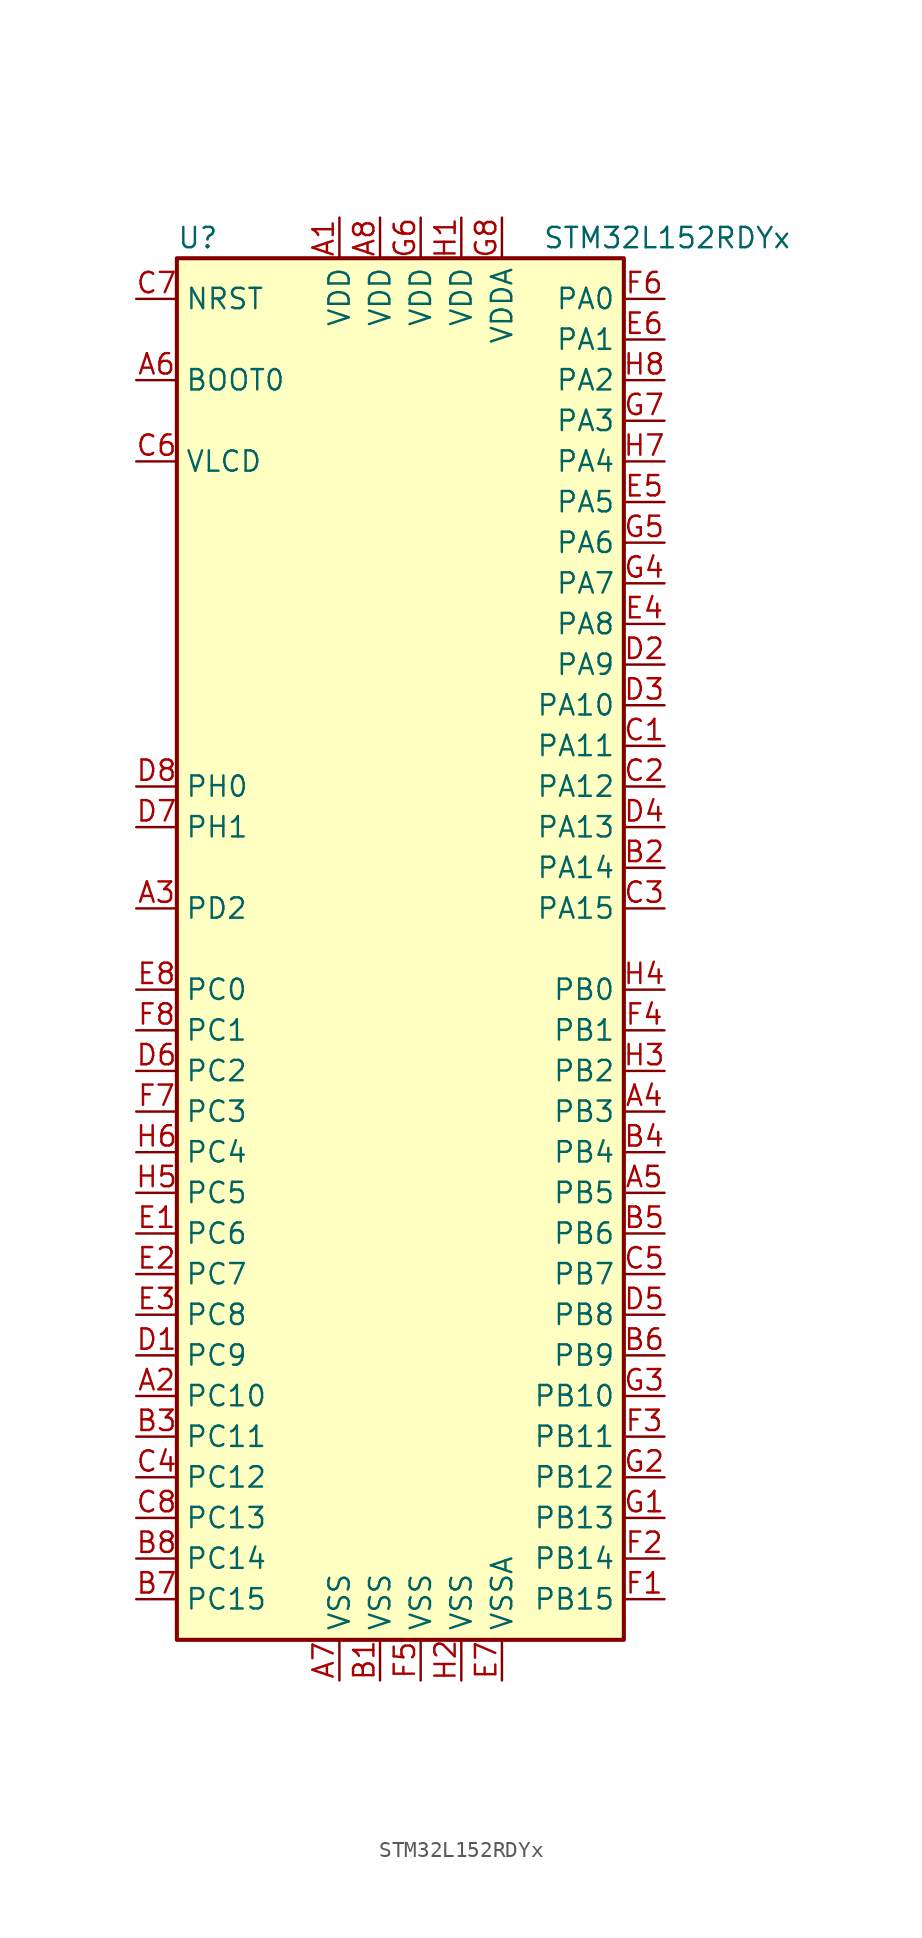
<source format=kicad_sym>
(kicad_symbol_lib
  (version 20201005)
  (generator kicad_symbol_editor)
  (symbol "STM32L152RDYx"
    (property "Reference" "U"
      (at -15.24 44.45 0)
      (effects (font (size 1.27 1.27)) (justify left)))
    (property "Value" "STM32L152RDYx"
      (at 7.62 44.45 0)
      (effects (font (size 1.27 1.27)) (justify left)))
    (symbol "STM32L152RDYx_0_1"
      (rectangle (start -15.24 -43.18) (end 12.7 43.18) (stroke (width 0.254)) (fill (type background))))
    (symbol "STM32L152RDYx_1_1"
      (pin input line (at -17.78 35.56 0) (length 2.54) (name "BOOT0" (effects (font (size 1.27 1.27)))) (number "A6" (effects (font (size 1.27 1.27)))))
      (pin input line (at -17.78 40.64 0) (length 2.54) (name "NRST" (effects (font (size 1.27 1.27)))) (number "C7" (effects (font (size 1.27 1.27)))))
      (pin bidirectional line (at 15.24 40.64 180) (length 2.54) (name "PA0" (effects (font (size 1.27 1.27)))) (number "F6" (effects (font (size 1.27 1.27)))))
      (pin bidirectional line (at 15.24 38.1 180) (length 2.54) (name "PA1" (effects (font (size 1.27 1.27)))) (number "E6" (effects (font (size 1.27 1.27)))))
      (pin bidirectional line (at 15.24 15.24 180) (length 2.54) (name "PA10" (effects (font (size 1.27 1.27)))) (number "D3" (effects (font (size 1.27 1.27)))))
      (pin bidirectional line (at 15.24 12.7 180) (length 2.54) (name "PA11" (effects (font (size 1.27 1.27)))) (number "C1" (effects (font (size 1.27 1.27)))))
      (pin bidirectional line (at 15.24 10.16 180) (length 2.54) (name "PA12" (effects (font (size 1.27 1.27)))) (number "C2" (effects (font (size 1.27 1.27)))))
      (pin bidirectional line (at 15.24 7.62 180) (length 2.54) (name "PA13" (effects (font (size 1.27 1.27)))) (number "D4" (effects (font (size 1.27 1.27)))))
      (pin bidirectional line (at 15.24 5.08 180) (length 2.54) (name "PA14" (effects (font (size 1.27 1.27)))) (number "B2" (effects (font (size 1.27 1.27)))))
      (pin bidirectional line (at 15.24 2.54 180) (length 2.54) (name "PA15" (effects (font (size 1.27 1.27)))) (number "C3" (effects (font (size 1.27 1.27)))))
      (pin bidirectional line (at 15.24 35.56 180) (length 2.54) (name "PA2" (effects (font (size 1.27 1.27)))) (number "H8" (effects (font (size 1.27 1.27)))))
      (pin bidirectional line (at 15.24 33.02 180) (length 2.54) (name "PA3" (effects (font (size 1.27 1.27)))) (number "G7" (effects (font (size 1.27 1.27)))))
      (pin bidirectional line (at 15.24 30.48 180) (length 2.54) (name "PA4" (effects (font (size 1.27 1.27)))) (number "H7" (effects (font (size 1.27 1.27)))))
      (pin bidirectional line (at 15.24 27.94 180) (length 2.54) (name "PA5" (effects (font (size 1.27 1.27)))) (number "E5" (effects (font (size 1.27 1.27)))))
      (pin bidirectional line (at 15.24 25.4 180) (length 2.54) (name "PA6" (effects (font (size 1.27 1.27)))) (number "G5" (effects (font (size 1.27 1.27)))))
      (pin bidirectional line (at 15.24 22.86 180) (length 2.54) (name "PA7" (effects (font (size 1.27 1.27)))) (number "G4" (effects (font (size 1.27 1.27)))))
      (pin bidirectional line (at 15.24 20.32 180) (length 2.54) (name "PA8" (effects (font (size 1.27 1.27)))) (number "E4" (effects (font (size 1.27 1.27)))))
      (pin bidirectional line (at 15.24 17.78 180) (length 2.54) (name "PA9" (effects (font (size 1.27 1.27)))) (number "D2" (effects (font (size 1.27 1.27)))))
      (pin bidirectional line (at 15.24 -2.54 180) (length 2.54) (name "PB0" (effects (font (size 1.27 1.27)))) (number "H4" (effects (font (size 1.27 1.27)))))
      (pin bidirectional line (at 15.24 -5.08 180) (length 2.54) (name "PB1" (effects (font (size 1.27 1.27)))) (number "F4" (effects (font (size 1.27 1.27)))))
      (pin bidirectional line (at 15.24 -27.94 180) (length 2.54) (name "PB10" (effects (font (size 1.27 1.27)))) (number "G3" (effects (font (size 1.27 1.27)))))
      (pin bidirectional line (at 15.24 -30.48 180) (length 2.54) (name "PB11" (effects (font (size 1.27 1.27)))) (number "F3" (effects (font (size 1.27 1.27)))))
      (pin bidirectional line (at 15.24 -33.02 180) (length 2.54) (name "PB12" (effects (font (size 1.27 1.27)))) (number "G2" (effects (font (size 1.27 1.27)))))
      (pin bidirectional line (at 15.24 -35.56 180) (length 2.54) (name "PB13" (effects (font (size 1.27 1.27)))) (number "G1" (effects (font (size 1.27 1.27)))))
      (pin bidirectional line (at 15.24 -38.1 180) (length 2.54) (name "PB14" (effects (font (size 1.27 1.27)))) (number "F2" (effects (font (size 1.27 1.27)))))
      (pin bidirectional line (at 15.24 -40.64 180) (length 2.54) (name "PB15" (effects (font (size 1.27 1.27)))) (number "F1" (effects (font (size 1.27 1.27)))))
      (pin bidirectional line (at 15.24 -7.62 180) (length 2.54) (name "PB2" (effects (font (size 1.27 1.27)))) (number "H3" (effects (font (size 1.27 1.27)))))
      (pin bidirectional line (at 15.24 -10.16 180) (length 2.54) (name "PB3" (effects (font (size 1.27 1.27)))) (number "A4" (effects (font (size 1.27 1.27)))))
      (pin bidirectional line (at 15.24 -12.7 180) (length 2.54) (name "PB4" (effects (font (size 1.27 1.27)))) (number "B4" (effects (font (size 1.27 1.27)))))
      (pin bidirectional line (at 15.24 -15.24 180) (length 2.54) (name "PB5" (effects (font (size 1.27 1.27)))) (number "A5" (effects (font (size 1.27 1.27)))))
      (pin bidirectional line (at 15.24 -17.78 180) (length 2.54) (name "PB6" (effects (font (size 1.27 1.27)))) (number "B5" (effects (font (size 1.27 1.27)))))
      (pin bidirectional line (at 15.24 -20.32 180) (length 2.54) (name "PB7" (effects (font (size 1.27 1.27)))) (number "C5" (effects (font (size 1.27 1.27)))))
      (pin bidirectional line (at 15.24 -22.86 180) (length 2.54) (name "PB8" (effects (font (size 1.27 1.27)))) (number "D5" (effects (font (size 1.27 1.27)))))
      (pin bidirectional line (at 15.24 -25.4 180) (length 2.54) (name "PB9" (effects (font (size 1.27 1.27)))) (number "B6" (effects (font (size 1.27 1.27)))))
      (pin bidirectional line (at -17.78 -2.54 0) (length 2.54) (name "PC0" (effects (font (size 1.27 1.27)))) (number "E8" (effects (font (size 1.27 1.27)))))
      (pin bidirectional line (at -17.78 -5.08 0) (length 2.54) (name "PC1" (effects (font (size 1.27 1.27)))) (number "F8" (effects (font (size 1.27 1.27)))))
      (pin bidirectional line (at -17.78 -27.94 0) (length 2.54) (name "PC10" (effects (font (size 1.27 1.27)))) (number "A2" (effects (font (size 1.27 1.27)))))
      (pin bidirectional line (at -17.78 -30.48 0) (length 2.54) (name "PC11" (effects (font (size 1.27 1.27)))) (number "B3" (effects (font (size 1.27 1.27)))))
      (pin bidirectional line (at -17.78 -33.02 0) (length 2.54) (name "PC12" (effects (font (size 1.27 1.27)))) (number "C4" (effects (font (size 1.27 1.27)))))
      (pin bidirectional line (at -17.78 -35.56 0) (length 2.54) (name "PC13" (effects (font (size 1.27 1.27)))) (number "C8" (effects (font (size 1.27 1.27)))))
      (pin bidirectional line (at -17.78 -38.1 0) (length 2.54) (name "PC14" (effects (font (size 1.27 1.27)))) (number "B8" (effects (font (size 1.27 1.27)))))
      (pin bidirectional line (at -17.78 -40.64 0) (length 2.54) (name "PC15" (effects (font (size 1.27 1.27)))) (number "B7" (effects (font (size 1.27 1.27)))))
      (pin bidirectional line (at -17.78 -7.62 0) (length 2.54) (name "PC2" (effects (font (size 1.27 1.27)))) (number "D6" (effects (font (size 1.27 1.27)))))
      (pin bidirectional line (at -17.78 -10.16 0) (length 2.54) (name "PC3" (effects (font (size 1.27 1.27)))) (number "F7" (effects (font (size 1.27 1.27)))))
      (pin bidirectional line (at -17.78 -12.7 0) (length 2.54) (name "PC4" (effects (font (size 1.27 1.27)))) (number "H6" (effects (font (size 1.27 1.27)))))
      (pin bidirectional line (at -17.78 -15.24 0) (length 2.54) (name "PC5" (effects (font (size 1.27 1.27)))) (number "H5" (effects (font (size 1.27 1.27)))))
      (pin bidirectional line (at -17.78 -17.78 0) (length 2.54) (name "PC6" (effects (font (size 1.27 1.27)))) (number "E1" (effects (font (size 1.27 1.27)))))
      (pin bidirectional line (at -17.78 -20.32 0) (length 2.54) (name "PC7" (effects (font (size 1.27 1.27)))) (number "E2" (effects (font (size 1.27 1.27)))))
      (pin bidirectional line (at -17.78 -22.86 0) (length 2.54) (name "PC8" (effects (font (size 1.27 1.27)))) (number "E3" (effects (font (size 1.27 1.27)))))
      (pin bidirectional line (at -17.78 -25.4 0) (length 2.54) (name "PC9" (effects (font (size 1.27 1.27)))) (number "D1" (effects (font (size 1.27 1.27)))))
      (pin bidirectional line (at -17.78 2.54 0) (length 2.54) (name "PD2" (effects (font (size 1.27 1.27)))) (number "A3" (effects (font (size 1.27 1.27)))))
      (pin input line (at -17.78 10.16 0) (length 2.54) (name "PH0" (effects (font (size 1.27 1.27)))) (number "D8" (effects (font (size 1.27 1.27)))))
      (pin input line (at -17.78 7.62 0) (length 2.54) (name "PH1" (effects (font (size 1.27 1.27)))) (number "D7" (effects (font (size 1.27 1.27)))))
      (pin power_in line (at -5.08 45.72 270) (length 2.54) (name "VDD" (effects (font (size 1.27 1.27)))) (number "A1" (effects (font (size 1.27 1.27)))))
      (pin power_in line (at -2.54 45.72 270) (length 2.54) (name "VDD" (effects (font (size 1.27 1.27)))) (number "A8" (effects (font (size 1.27 1.27)))))
      (pin power_in line (at 0 45.72 270) (length 2.54) (name "VDD" (effects (font (size 1.27 1.27)))) (number "G6" (effects (font (size 1.27 1.27)))))
      (pin power_in line (at 2.54 45.72 270) (length 2.54) (name "VDD" (effects (font (size 1.27 1.27)))) (number "H1" (effects (font (size 1.27 1.27)))))
      (pin power_in line (at 5.08 45.72 270) (length 2.54) (name "VDDA" (effects (font (size 1.27 1.27)))) (number "G8" (effects (font (size 1.27 1.27)))))
      (pin power_in line (at -17.78 30.48 0) (length 2.54) (name "VLCD" (effects (font (size 1.27 1.27)))) (number "C6" (effects (font (size 1.27 1.27)))))
      (pin power_in line (at -5.08 -45.72 90) (length 2.54) (name "VSS" (effects (font (size 1.27 1.27)))) (number "A7" (effects (font (size 1.27 1.27)))))
      (pin power_in line (at -2.54 -45.72 90) (length 2.54) (name "VSS" (effects (font (size 1.27 1.27)))) (number "B1" (effects (font (size 1.27 1.27)))))
      (pin power_in line (at 0 -45.72 90) (length 2.54) (name "VSS" (effects (font (size 1.27 1.27)))) (number "F5" (effects (font (size 1.27 1.27)))))
      (pin power_in line (at 2.54 -45.72 90) (length 2.54) (name "VSS" (effects (font (size 1.27 1.27)))) (number "H2" (effects (font (size 1.27 1.27)))))
      (pin power_in line (at 5.08 -45.72 90) (length 2.54) (name "VSSA" (effects (font (size 1.27 1.27)))) (number "E7" (effects (font (size 1.27 1.27))))))))
</source>
